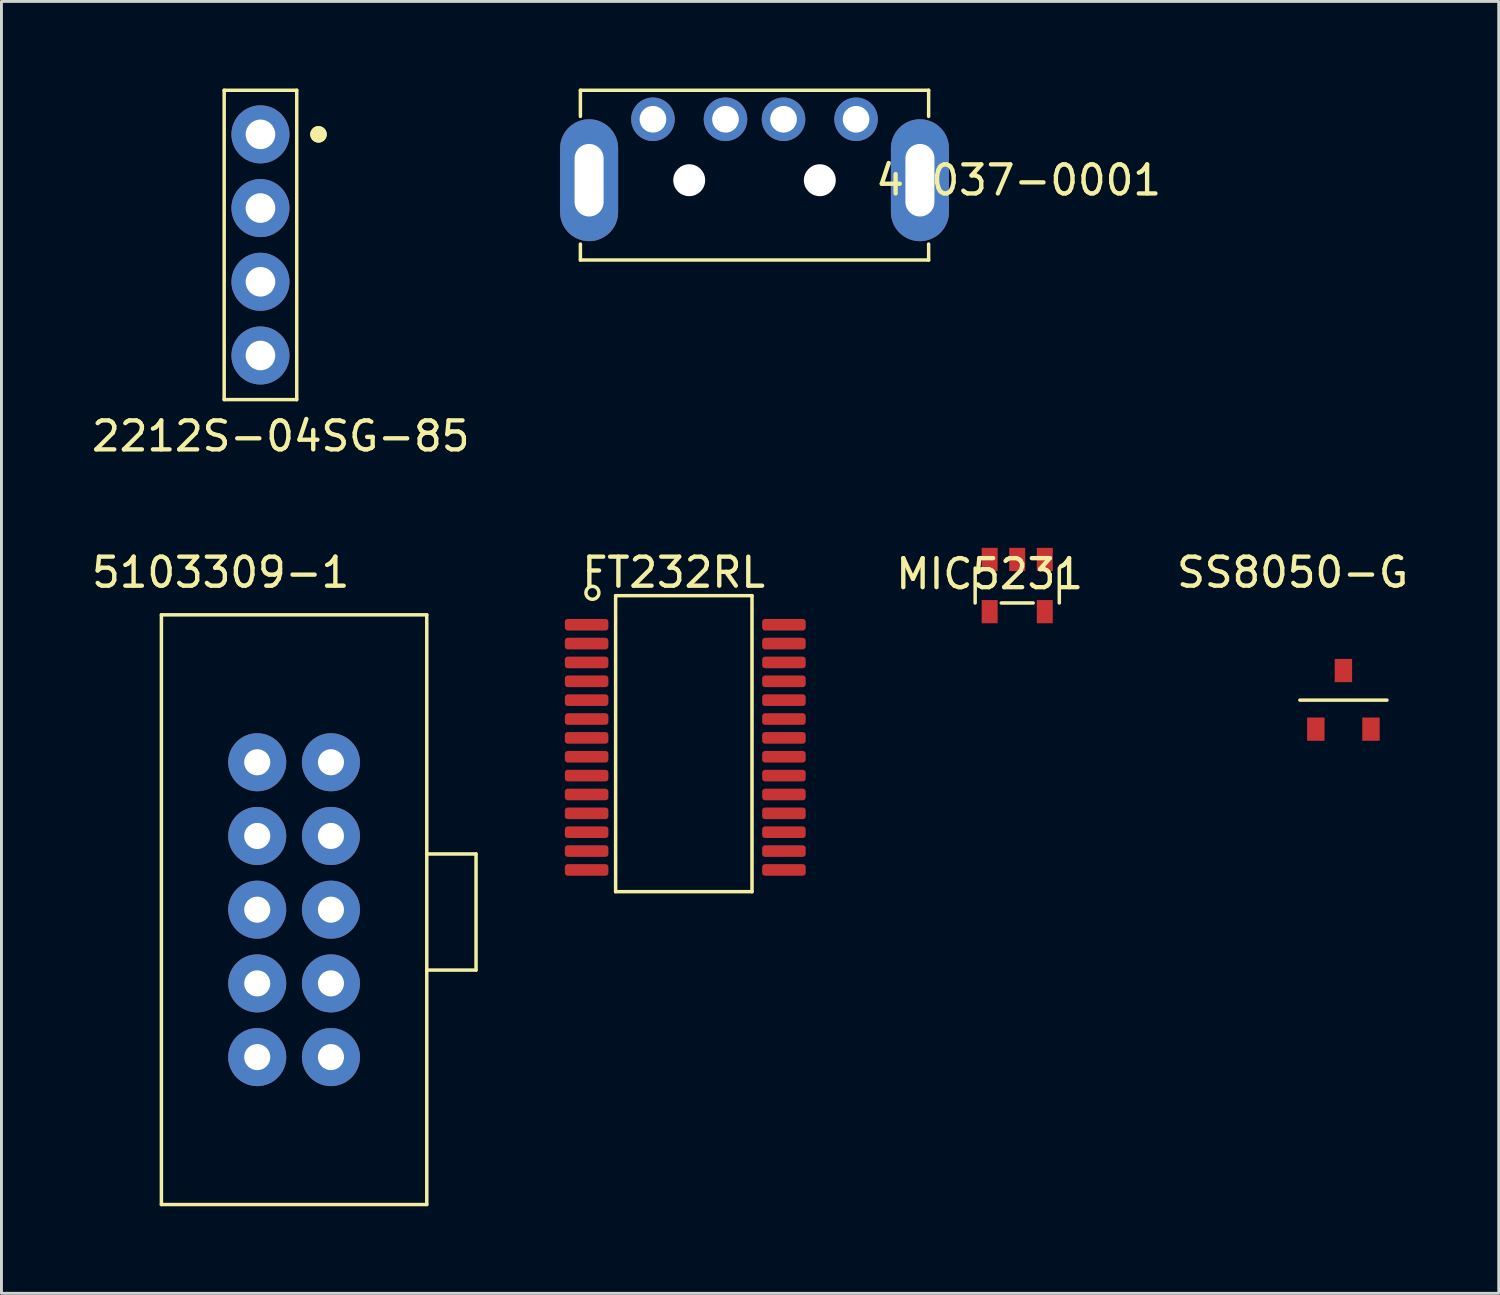
<source format=kicad_pcb>
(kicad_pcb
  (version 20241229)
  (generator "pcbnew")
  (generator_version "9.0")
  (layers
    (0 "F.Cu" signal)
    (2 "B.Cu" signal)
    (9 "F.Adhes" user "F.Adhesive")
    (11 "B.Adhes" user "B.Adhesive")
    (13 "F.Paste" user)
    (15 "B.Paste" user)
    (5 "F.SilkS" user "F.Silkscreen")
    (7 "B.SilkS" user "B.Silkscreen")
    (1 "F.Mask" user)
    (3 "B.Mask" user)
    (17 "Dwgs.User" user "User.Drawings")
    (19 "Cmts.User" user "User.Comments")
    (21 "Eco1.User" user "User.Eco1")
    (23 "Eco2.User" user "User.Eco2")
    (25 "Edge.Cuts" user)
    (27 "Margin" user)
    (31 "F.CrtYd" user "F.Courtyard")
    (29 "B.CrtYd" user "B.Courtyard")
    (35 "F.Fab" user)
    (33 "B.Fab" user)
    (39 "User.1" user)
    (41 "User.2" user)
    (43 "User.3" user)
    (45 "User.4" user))
  (footprint "MIC5231"
    (layer "F.Cu")
    (at 31.053 16.228)
    (property "Reference" "MIC5231" (at 0 0.5 0) (layer "F.SilkS") (effects (font (size 1 1) (thickness 0.15))))
    (attr through_hole)
    (fp_line (start -0.5 0.3) (end -0.5 1.5) (stroke (width 0.12) (type solid)) (layer "F.SilkS"))
    (fp_line (start 0.4 1.5) (end 1.5 1.5) (stroke (width 0.12) (type solid)) (layer "F.SilkS"))
    (fp_line (start 2.4 0.3) (end 2.4 1.5) (stroke (width 0.12) (type solid)) (layer "F.SilkS"))
    (pad "1" smd rect (at 1.9 0) (size 0.55 0.8) (layers "F.Cu" "F.Mask" "F.Paste"))
    (pad "2" smd rect (at 0.95 0) (size 0.55 0.8) (layers "F.Cu" "F.Mask" "F.Paste"))
    (pad "3" smd rect (at 0 0) (size 0.55 0.8) (layers "F.Cu" "F.Mask" "F.Paste"))
    (pad "4" smd rect (at 0 1.8) (size 0.55 0.8) (layers "F.Cu" "F.Mask" "F.Paste"))
    (pad "5" smd rect (at 1.9 1.8) (size 0.55 0.8) (layers "F.Cu" "F.Mask" "F.Paste")))
  (footprint "SS8050-G"
    (layer "F.Cu")
    (at 42.293 22.076)
    (property "Reference" "SS8050-G" (at -0.8 -5.4 0) (layer "F.SilkS") (effects (font (size 1 1) (thickness 0.15))))
    (attr through_hole)
    (fp_line (start -0.55 -1) (end 2.45 -1) (stroke (width 0.12) (type solid)) (layer "F.SilkS"))
    (pad "1" smd rect (at 0 0) (size 0.6 0.8) (layers "F.Cu" "F.Mask" "F.Paste"))
    (pad "2" smd rect (at 1.9 0) (size 0.6 0.8) (layers "F.Cu" "F.Mask" "F.Paste"))
    (pad "3" smd rect (at 0.95 -2.02) (size 0.6 0.8) (layers "F.Cu" "F.Mask" "F.Paste")))
  (footprint "48037-0001"
    (layer "F.Cu")
    (at 22.95 1.06)
    (property "Reference" "48037-0001" (at 9.1 2.1 0) (layer "F.SilkS") (effects (font (size 1 1) (thickness 0.15))))
    (attr through_hole)
    (fp_line (start -6 -1) (end -6 -0.1) (stroke (width 0.12) (type solid)) (layer "F.SilkS"))
    (fp_line (start -6 4.85) (end -6 4.3) (stroke (width 0.12) (type solid)) (layer "F.SilkS"))
    (fp_line (start -6 4.85) (end 6 4.85) (stroke (width 0.12) (type solid)) (layer "F.SilkS"))
    (fp_line (start 6 -1) (end -6 -1) (stroke (width 0.12) (type solid)) (layer "F.SilkS"))
    (fp_line (start 6 -0.1) (end 6 -1) (stroke (width 0.12) (type solid)) (layer "F.SilkS"))
    (fp_line (start 6 4.85) (end 6 4.3) (stroke (width 0.12) (type solid)) (layer "F.SilkS"))
    (pad "" np_thru_hole circle (at -2.25 2.1 90) (size 1.1 1.1) (drill 1.1) (layers "*.Cu" "*.Mask"))
    (pad "" np_thru_hole circle (at 2.25 2.1 90) (size 1.1 1.1) (drill 1.1) (layers "*.Cu" "*.Mask"))
    (pad "1" thru_hole circle (at 3.5 0) (size 1.5 1.5) (drill 0.92) (layers "*.Cu" "*.Mask"))
    (pad "2" thru_hole circle (at 1 0) (size 1.5 1.5) (drill 0.92) (layers "*.Cu" "*.Mask"))
    (pad "3" thru_hole circle (at -1 0) (size 1.5 1.5) (drill 0.92) (layers "*.Cu" "*.Mask"))
    (pad "4" thru_hole circle (at -3.5 0) (size 1.5 1.5) (drill 0.92) (layers "*.Cu" "*.Mask"))
    (pad "5" thru_hole oval (at -5.7 2.1 180) (size 2 4.2) (drill oval 1 2.5) (layers "*.Cu" "*.Mask"))
    (pad "6" thru_hole oval (at 5.7 2.1 180) (size 2 4.2) (drill oval 1 2.5) (layers "*.Cu" "*.Mask")))
  (footprint "FT232RL"
    (layer "F.Cu")
    (at 17.164 18.477)
    (property "Reference" "FT232RL" (at 3 -1.8 0) (layer "F.SilkS") (effects (font (size 1 1) (thickness 0.15))))
    (attr through_hole)
    (fp_line (start 1 -1) (end 1 9.2) (stroke (width 0.12) (type solid)) (layer "F.SilkS"))
    (fp_line (start 1 9.2) (end 5.7 9.2) (stroke (width 0.12) (type solid)) (layer "F.SilkS"))
    (fp_line (start 5.7 -1) (end 1 -1) (stroke (width 0.12) (type solid)) (layer "F.SilkS"))
    (fp_line (start 5.7 9.2) (end 5.7 -1) (stroke (width 0.12) (type solid)) (layer "F.SilkS"))
    (fp_circle (center 0.2 -1.1) (end 0.4 -1) (stroke (width 0.12) (type solid)) (fill no) (layer "F.SilkS"))
    (pad "1" smd roundrect (at 0 0) (size 1.5 0.4) (layers "F.Cu" "F.Mask" "F.Paste") (roundrect_rratio 0.25))
    (pad "2" smd roundrect (at 0 0.65) (size 1.5 0.4) (layers "F.Cu" "F.Mask" "F.Paste") (roundrect_rratio 0.25))
    (pad "3" smd roundrect (at 0 1.3) (size 1.5 0.4) (layers "F.Cu" "F.Mask" "F.Paste") (roundrect_rratio 0.25))
    (pad "4" smd roundrect (at 0 1.95) (size 1.5 0.4) (layers "F.Cu" "F.Mask" "F.Paste") (roundrect_rratio 0.25))
    (pad "5" smd roundrect (at 0 2.6) (size 1.5 0.4) (layers "F.Cu" "F.Mask" "F.Paste") (roundrect_rratio 0.25))
    (pad "6" smd roundrect (at 0 3.25) (size 1.5 0.4) (layers "F.Cu" "F.Mask" "F.Paste") (roundrect_rratio 0.25))
    (pad "7" smd roundrect (at 0 3.9) (size 1.5 0.4) (layers "F.Cu" "F.Mask" "F.Paste") (roundrect_rratio 0.25))
    (pad "8" smd roundrect (at 0 4.55) (size 1.5 0.4) (layers "F.Cu" "F.Mask" "F.Paste") (roundrect_rratio 0.25))
    (pad "9" smd roundrect (at 0 5.2) (size 1.5 0.4) (layers "F.Cu" "F.Mask" "F.Paste") (roundrect_rratio 0.25))
    (pad "10" smd roundrect (at 0 5.85) (size 1.5 0.4) (layers "F.Cu" "F.Mask" "F.Paste") (roundrect_rratio 0.25))
    (pad "11" smd roundrect (at 0 6.5) (size 1.5 0.4) (layers "F.Cu" "F.Mask" "F.Paste") (roundrect_rratio 0.25))
    (pad "12" smd roundrect (at 0 7.15) (size 1.5 0.4) (layers "F.Cu" "F.Mask" "F.Paste") (roundrect_rratio 0.25))
    (pad "13" smd roundrect (at 0 7.8) (size 1.5 0.4) (layers "F.Cu" "F.Mask" "F.Paste") (roundrect_rratio 0.25))
    (pad "14" smd roundrect (at 0 8.45) (size 1.5 0.4) (layers "F.Cu" "F.Mask" "F.Paste") (roundrect_rratio 0.25))
    (pad "15" smd roundrect (at 6.8 8.45) (size 1.5 0.4) (layers "F.Cu" "F.Mask" "F.Paste") (roundrect_rratio 0.25))
    (pad "16" smd roundrect (at 6.8 7.8) (size 1.5 0.4) (layers "F.Cu" "F.Mask" "F.Paste") (roundrect_rratio 0.25))
    (pad "17" smd roundrect (at 6.8 7.15) (size 1.5 0.4) (layers "F.Cu" "F.Mask" "F.Paste") (roundrect_rratio 0.25))
    (pad "18" smd roundrect (at 6.8 6.5) (size 1.5 0.4) (layers "F.Cu" "F.Mask" "F.Paste") (roundrect_rratio 0.25))
    (pad "19" smd roundrect (at 6.8 5.85) (size 1.5 0.4) (layers "F.Cu" "F.Mask" "F.Paste") (roundrect_rratio 0.25))
    (pad "20" smd roundrect (at 6.8 5.2) (size 1.5 0.4) (layers "F.Cu" "F.Mask" "F.Paste") (roundrect_rratio 0.25))
    (pad "21" smd roundrect (at 6.8 4.55) (size 1.5 0.4) (layers "F.Cu" "F.Mask" "F.Paste") (roundrect_rratio 0.25))
    (pad "22" smd roundrect (at 6.8 3.9) (size 1.5 0.4) (layers "F.Cu" "F.Mask" "F.Paste") (roundrect_rratio 0.25))
    (pad "23" smd roundrect (at 6.8 3.25) (size 1.5 0.4) (layers "F.Cu" "F.Mask" "F.Paste") (roundrect_rratio 0.25))
    (pad "24" smd roundrect (at 6.8 2.6) (size 1.5 0.4) (layers "F.Cu" "F.Mask" "F.Paste") (roundrect_rratio 0.25))
    (pad "25" smd roundrect (at 6.8 1.95) (size 1.5 0.4) (layers "F.Cu" "F.Mask" "F.Paste") (roundrect_rratio 0.25))
    (pad "26" smd roundrect (at 6.8 1.3) (size 1.5 0.4) (layers "F.Cu" "F.Mask" "F.Paste") (roundrect_rratio 0.25))
    (pad "27" smd roundrect (at 6.8 0.65) (size 1.5 0.4) (layers "F.Cu" "F.Mask" "F.Paste") (roundrect_rratio 0.25))
    (pad "28" smd roundrect (at 6.8 0) (size 1.5 0.4) (layers "F.Cu" "F.Mask" "F.Paste") (roundrect_rratio 0.25)))
  (footprint "5103309-1"
    (layer "F.Cu")
    (at 8.354 33.377)
    (property "Reference" "5103309-1" (at -3.8 -16.7 0) (layer "F.SilkS") (effects (font (size 1 1) (thickness 0.15))))
    (attr through_hole)
    (fp_line (start -5.842 -15.24) (end -5.842 5.08) (stroke (width 0.12) (type solid)) (layer "F.SilkS"))
    (fp_line (start -5.842 5.08) (end 3.302 5.08) (stroke (width 0.12) (type solid)) (layer "F.SilkS"))
    (fp_line (start 3.302 -15.24) (end -5.842 -15.24) (stroke (width 0.12) (type solid)) (layer "F.SilkS"))
    (fp_line (start 3.302 -15.24) (end 3.302 5.08) (stroke (width 0.12) (type solid)) (layer "F.SilkS"))
    (fp_line (start 5 -7) (end 3.3 -7) (stroke (width 0.12) (type solid)) (layer "F.SilkS"))
    (fp_line (start 5 -3) (end 3.3 -3) (stroke (width 0.12) (type solid)) (layer "F.SilkS"))
    (fp_line (start 5 -3) (end 5 -7) (stroke (width 0.12) (type solid)) (layer "F.SilkS"))
    (pad "1" thru_hole circle (at 0 0) (size 2 2) (drill 0.9) (layers "*.Cu" "*.Mask"))
    (pad "2" thru_hole circle (at -2.54 0) (size 2 2) (drill 0.9) (layers "*.Cu" "*.Mask"))
    (pad "3" thru_hole circle (at 0 -2.54) (size 2 2) (drill 0.9) (layers "*.Cu" "*.Mask"))
    (pad "4" thru_hole circle (at -2.54 -2.54) (size 2 2) (drill 0.9) (layers "*.Cu" "*.Mask"))
    (pad "5" thru_hole circle (at 0 -5.08) (size 2 2) (drill 0.9) (layers "*.Cu" "*.Mask"))
    (pad "6" thru_hole circle (at -2.54 -5.08) (size 2 2) (drill 0.9) (layers "*.Cu" "*.Mask"))
    (pad "7" thru_hole circle (at 0 -7.62) (size 2 2) (drill 0.9) (layers "*.Cu" "*.Mask"))
    (pad "8" thru_hole circle (at -2.54 -7.62) (size 2 2) (drill 0.9) (layers "*.Cu" "*.Mask"))
    (pad "9" thru_hole circle (at 0 -10.16) (size 2 2) (drill 0.9) (layers "*.Cu" "*.Mask"))
    (pad "10" thru_hole circle (at -2.54 -10.16) (size 2 2) (drill 0.9) (layers "*.Cu" "*.Mask")))
  (footprint "2212S-04SG-85"
    (layer "F.Cu")
    (at 5.925 1.58)
    (property "Reference" "2212S-04SG-85" (at 0.7 10.4 0) (layer "F.SilkS") (effects (font (size 1 1) (thickness 0.15))))
    (attr through_hole)
    (fp_line (start -1.25 -1.52) (end -1.25 9.14) (stroke (width 0.12) (type solid)) (layer "F.SilkS"))
    (fp_line (start 1.25 -1.52) (end -1.25 -1.52) (stroke (width 0.12) (type solid)) (layer "F.SilkS"))
    (fp_line (start 1.25 -1.52) (end 1.25 9.14) (stroke (width 0.12) (type solid)) (layer "F.SilkS"))
    (fp_line (start 1.25 9.14) (end -1.25 9.14) (stroke (width 0.12) (type solid)) (layer "F.SilkS"))
    (fp_line (start 2 0) (end 1.9 0) (stroke (width 0.12) (type solid)) (layer "F.SilkS"))
    (fp_circle (center 2 0) (end 2.1 0) (stroke (width 0.12) (type solid)) (fill no) (layer "F.SilkS"))
    (fp_circle (center 2 0) (end 2.1 0.2) (stroke (width 0.12) (type solid)) (fill no) (layer "F.SilkS"))
    (fp_circle (center 2 0) (end 2.2 0) (stroke (width 0.12) (type solid)) (fill no) (layer "F.SilkS"))
    (fp_circle (center 2 0) (end 2.224 0) (stroke (width 0.12) (type solid)) (fill no) (layer "F.SilkS"))
    (pad "1" thru_hole circle (at 0 0) (size 2 2) (drill 1.02) (layers "*.Cu" "*.Mask"))
    (pad "2" thru_hole circle (at 0 2.54) (size 2 2) (drill 1.02) (layers "*.Cu" "*.Mask"))
    (pad "3" thru_hole circle (at 0 5.08) (size 2 2) (drill 1.02) (layers "*.Cu" "*.Mask"))
    (pad "4" thru_hole circle (at 0 7.62) (size 2 2) (drill 1.02) (layers "*.Cu" "*.Mask")))
  (gr_rect
    (start -3 -3)
    (end 48.595 41.517)
    (stroke (width 0.1) (type default))
    (fill no)
    (layer "Edge.Cuts")))
</source>
